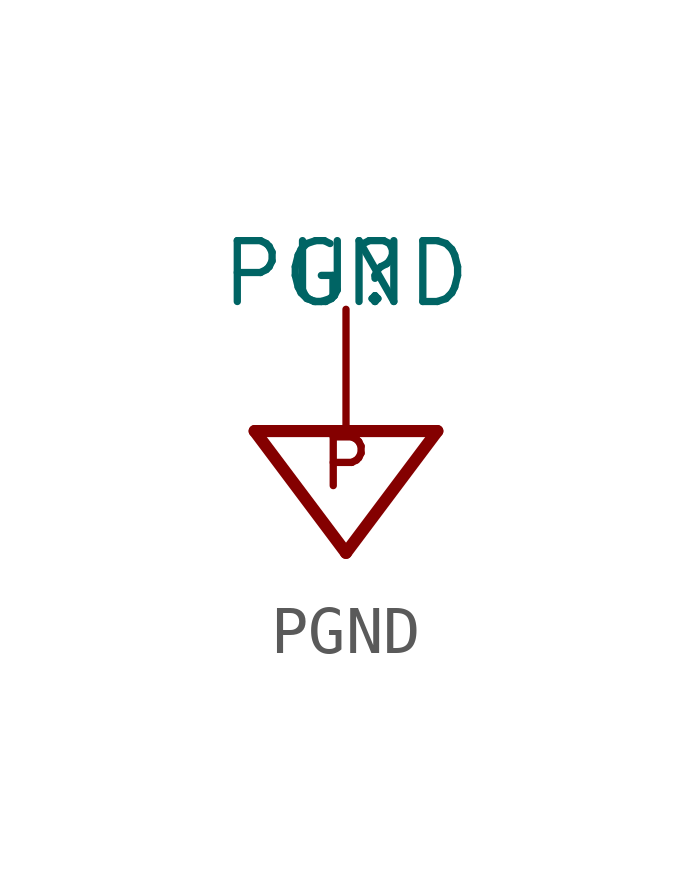
<source format=kicad_sym>
(kicad_symbol_lib
  (version 20211014)
  (generator kicad_symbol_editor)
  (symbol "PGND"
    (pin_names
      (offset 1.016))
    (property "Reference" "U"
      (at 0 0 0)
      (effects (font (size 1.27 1.27)) (justify bottom)))
    (property "Value" "PGND"
      (at 0 0.0 0)
      (effects (font (size 1.27 1.27)) (justify bottom)))
    (symbol "PGND_0_0"
      (polyline (pts (xy 0.0 -2.54) (xy 1.905 -2.54)) (stroke (width 0.254)))
      (polyline (pts (xy 1.905 -2.54) (xy 0.0 -5.08)) (stroke (width 0.254)))
      (polyline (pts (xy 0.0 -5.08) (xy -1.905 -2.54)) (stroke (width 0.254)))
      (polyline (pts (xy -1.905 -2.54) (xy 0.0 -2.54)) (stroke (width 0.254)))
      (text "P" (at 0.0 -3.81 0) (effects (font (size 1.016 1.016)) (justify bottom)))
      (pin power_in line (at 0.0 0.0 270.0) (length 2.54) (name "~" (effects (font (size 1.016 1.016)))) (number "~" (effects (font (size 1.016 1.016))))))))
</source>
